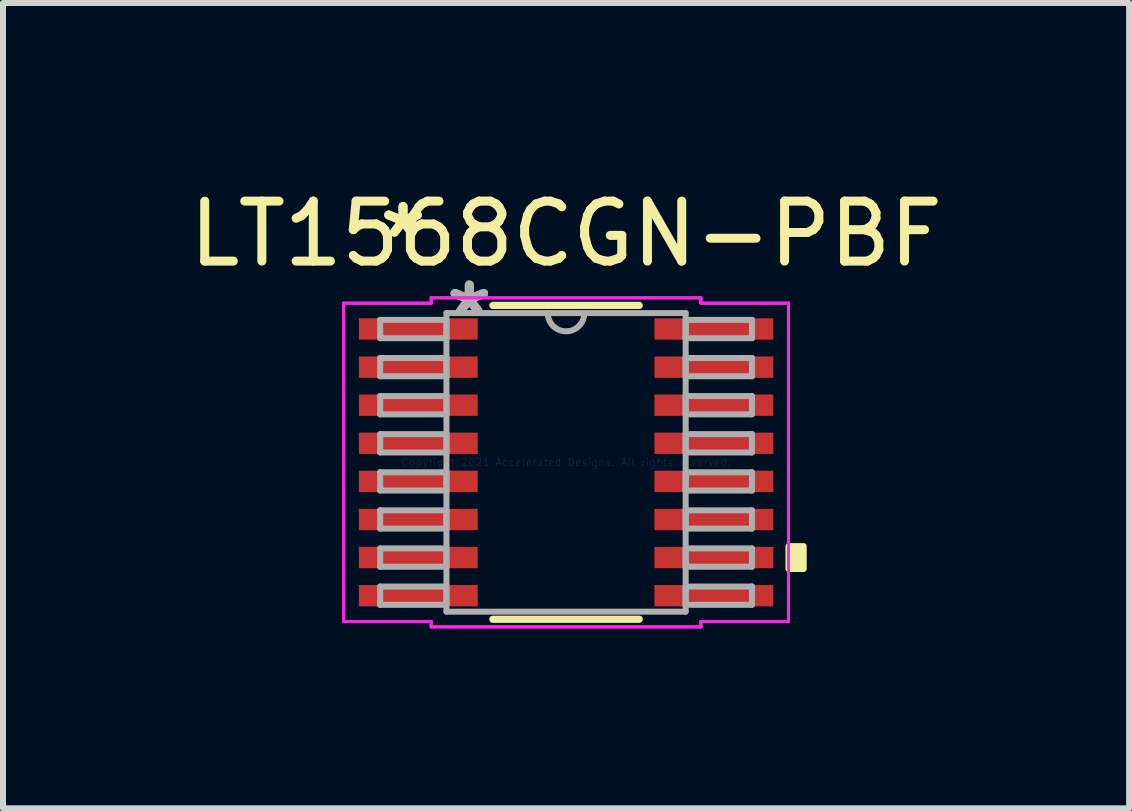
<source format=kicad_pcb>
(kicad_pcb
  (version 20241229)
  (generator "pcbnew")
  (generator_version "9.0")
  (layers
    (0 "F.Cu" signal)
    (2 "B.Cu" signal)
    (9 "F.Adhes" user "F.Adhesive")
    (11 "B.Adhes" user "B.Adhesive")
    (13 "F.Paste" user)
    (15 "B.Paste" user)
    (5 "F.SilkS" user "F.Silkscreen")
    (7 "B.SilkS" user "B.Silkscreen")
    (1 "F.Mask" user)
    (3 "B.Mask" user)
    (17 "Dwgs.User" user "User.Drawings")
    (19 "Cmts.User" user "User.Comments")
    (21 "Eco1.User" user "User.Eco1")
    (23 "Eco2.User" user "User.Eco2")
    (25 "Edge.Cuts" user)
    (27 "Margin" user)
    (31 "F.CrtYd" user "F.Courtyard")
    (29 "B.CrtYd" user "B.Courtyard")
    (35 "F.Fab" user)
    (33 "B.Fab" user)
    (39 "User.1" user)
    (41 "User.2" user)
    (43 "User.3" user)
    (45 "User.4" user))
  (footprint "LT1568CGN-PBF"
    (layer "F.Cu")
    (at 6.387 4.658)
    (property "Reference" "LT1568CGN-PBF" (at 0 -3.81 0) (layer "F.SilkS") (effects (font (size 1 1) (thickness 0.15))))
    (attr through_hole)
    (fp_line (start -1.22 2.616) (end 1.22 2.616) (stroke (width 0.12) (type solid)) (layer "F.SilkS"))
    (fp_line (start 1.22 -2.616) (end -1.22 -2.616) (stroke (width 0.12) (type solid)) (layer "F.SilkS"))
    (fp_poly (pts (xy 3.962 1.397) (xy 3.962 1.778) (xy 3.708 1.778) (xy 3.708 1.397)) (stroke (width 0.1) (type solid)) (fill yes) (layer "F.SilkS"))
    (fp_line (start -3.708 -2.654) (end -2.248 -2.654) (stroke (width 0.05) (type solid)) (layer "F.CrtYd"))
    (fp_line (start -3.708 -2.654) (end -2.248 -2.654) (stroke (width 0.05) (type solid)) (layer "F.CrtYd"))
    (fp_line (start -3.708 2.654) (end -3.708 -2.654) (stroke (width 0.05) (type solid)) (layer "F.CrtYd"))
    (fp_line (start -3.708 2.654) (end -3.708 -2.654) (stroke (width 0.05) (type solid)) (layer "F.CrtYd"))
    (fp_line (start -3.708 2.654) (end -2.248 2.654) (stroke (width 0.05) (type solid)) (layer "F.CrtYd"))
    (fp_line (start -2.248 -2.743) (end 2.248 -2.743) (stroke (width 0.05) (type solid)) (layer "F.CrtYd"))
    (fp_line (start -2.248 -2.743) (end 2.248 -2.743) (stroke (width 0.05) (type solid)) (layer "F.CrtYd"))
    (fp_line (start -2.248 -2.654) (end -2.248 -2.743) (stroke (width 0.05) (type solid)) (layer "F.CrtYd"))
    (fp_line (start -2.248 -2.654) (end -2.248 -2.743) (stroke (width 0.05) (type solid)) (layer "F.CrtYd"))
    (fp_line (start -2.248 2.654) (end -3.708 2.654) (stroke (width 0.05) (type solid)) (layer "F.CrtYd"))
    (fp_line (start -2.248 2.743) (end -2.248 2.654) (stroke (width 0.05) (type solid)) (layer "F.CrtYd"))
    (fp_line (start -2.248 2.743) (end -2.248 2.654) (stroke (width 0.05) (type solid)) (layer "F.CrtYd"))
    (fp_line (start 2.248 -2.743) (end 2.248 -2.654) (stroke (width 0.05) (type solid)) (layer "F.CrtYd"))
    (fp_line (start 2.248 -2.743) (end 2.248 -2.654) (stroke (width 0.05) (type solid)) (layer "F.CrtYd"))
    (fp_line (start 2.248 -2.654) (end 3.708 -2.654) (stroke (width 0.05) (type solid)) (layer "F.CrtYd"))
    (fp_line (start 2.248 2.654) (end 2.248 2.743) (stroke (width 0.05) (type solid)) (layer "F.CrtYd"))
    (fp_line (start 2.248 2.654) (end 2.248 2.743) (stroke (width 0.05) (type solid)) (layer "F.CrtYd"))
    (fp_line (start 2.248 2.743) (end -2.248 2.743) (stroke (width 0.05) (type solid)) (layer "F.CrtYd"))
    (fp_line (start 2.248 2.743) (end -2.248 2.743) (stroke (width 0.05) (type solid)) (layer "F.CrtYd"))
    (fp_line (start 3.708 -2.654) (end 2.248 -2.654) (stroke (width 0.05) (type solid)) (layer "F.CrtYd"))
    (fp_line (start 3.708 -2.654) (end 3.708 2.654) (stroke (width 0.05) (type solid)) (layer "F.CrtYd"))
    (fp_line (start 3.708 -2.654) (end 3.708 2.654) (stroke (width 0.05) (type solid)) (layer "F.CrtYd"))
    (fp_line (start 3.708 2.654) (end 2.248 2.654) (stroke (width 0.05) (type solid)) (layer "F.CrtYd"))
    (fp_line (start 3.708 2.654) (end 2.248 2.654) (stroke (width 0.05) (type solid)) (layer "F.CrtYd"))
    (fp_line (start -3.099 -2.375) (end -3.099 -2.07) (stroke (width 0.1) (type solid)) (layer "F.Fab"))
    (fp_line (start -3.099 -2.07) (end -1.994 -2.07) (stroke (width 0.1) (type solid)) (layer "F.Fab"))
    (fp_line (start -3.099 -1.74) (end -3.099 -1.435) (stroke (width 0.1) (type solid)) (layer "F.Fab"))
    (fp_line (start -3.099 -1.435) (end -1.994 -1.435) (stroke (width 0.1) (type solid)) (layer "F.Fab"))
    (fp_line (start -3.099 -1.105) (end -3.099 -0.8) (stroke (width 0.1) (type solid)) (layer "F.Fab"))
    (fp_line (start -3.099 -0.8) (end -1.994 -0.8) (stroke (width 0.1) (type solid)) (layer "F.Fab"))
    (fp_line (start -3.099 -0.47) (end -3.099 -0.165) (stroke (width 0.1) (type solid)) (layer "F.Fab"))
    (fp_line (start -3.099 -0.165) (end -1.994 -0.165) (stroke (width 0.1) (type solid)) (layer "F.Fab"))
    (fp_line (start -3.099 0.165) (end -3.099 0.47) (stroke (width 0.1) (type solid)) (layer "F.Fab"))
    (fp_line (start -3.099 0.47) (end -1.994 0.47) (stroke (width 0.1) (type solid)) (layer "F.Fab"))
    (fp_line (start -3.099 0.8) (end -3.099 1.105) (stroke (width 0.1) (type solid)) (layer "F.Fab"))
    (fp_line (start -3.099 1.105) (end -1.994 1.105) (stroke (width 0.1) (type solid)) (layer "F.Fab"))
    (fp_line (start -3.099 1.435) (end -3.099 1.74) (stroke (width 0.1) (type solid)) (layer "F.Fab"))
    (fp_line (start -3.099 1.74) (end -1.994 1.74) (stroke (width 0.1) (type solid)) (layer "F.Fab"))
    (fp_line (start -3.099 2.07) (end -3.099 2.375) (stroke (width 0.1) (type solid)) (layer "F.Fab"))
    (fp_line (start -3.099 2.375) (end -1.994 2.375) (stroke (width 0.1) (type solid)) (layer "F.Fab"))
    (fp_line (start -1.994 -2.489) (end -1.994 2.489) (stroke (width 0.1) (type solid)) (layer "F.Fab"))
    (fp_line (start -1.994 -2.375) (end -3.099 -2.375) (stroke (width 0.1) (type solid)) (layer "F.Fab"))
    (fp_line (start -1.994 -2.07) (end -1.994 -2.375) (stroke (width 0.1) (type solid)) (layer "F.Fab"))
    (fp_line (start -1.994 -1.74) (end -3.099 -1.74) (stroke (width 0.1) (type solid)) (layer "F.Fab"))
    (fp_line (start -1.994 -1.435) (end -1.994 -1.74) (stroke (width 0.1) (type solid)) (layer "F.Fab"))
    (fp_line (start -1.994 -1.105) (end -3.099 -1.105) (stroke (width 0.1) (type solid)) (layer "F.Fab"))
    (fp_line (start -1.994 -0.8) (end -1.994 -1.105) (stroke (width 0.1) (type solid)) (layer "F.Fab"))
    (fp_line (start -1.994 -0.47) (end -3.099 -0.47) (stroke (width 0.1) (type solid)) (layer "F.Fab"))
    (fp_line (start -1.994 -0.165) (end -1.994 -0.47) (stroke (width 0.1) (type solid)) (layer "F.Fab"))
    (fp_line (start -1.994 0.165) (end -3.099 0.165) (stroke (width 0.1) (type solid)) (layer "F.Fab"))
    (fp_line (start -1.994 0.47) (end -1.994 0.165) (stroke (width 0.1) (type solid)) (layer "F.Fab"))
    (fp_line (start -1.994 0.8) (end -3.099 0.8) (stroke (width 0.1) (type solid)) (layer "F.Fab"))
    (fp_line (start -1.994 1.105) (end -1.994 0.8) (stroke (width 0.1) (type solid)) (layer "F.Fab"))
    (fp_line (start -1.994 1.435) (end -3.099 1.435) (stroke (width 0.1) (type solid)) (layer "F.Fab"))
    (fp_line (start -1.994 1.74) (end -1.994 1.435) (stroke (width 0.1) (type solid)) (layer "F.Fab"))
    (fp_line (start -1.994 2.07) (end -3.099 2.07) (stroke (width 0.1) (type solid)) (layer "F.Fab"))
    (fp_line (start -1.994 2.375) (end -1.994 2.07) (stroke (width 0.1) (type solid)) (layer "F.Fab"))
    (fp_line (start -1.994 2.489) (end 1.994 2.489) (stroke (width 0.1) (type solid)) (layer "F.Fab"))
    (fp_line (start 1.994 -2.489) (end -1.994 -2.489) (stroke (width 0.1) (type solid)) (layer "F.Fab"))
    (fp_line (start 1.994 -2.375) (end 1.994 -2.07) (stroke (width 0.1) (type solid)) (layer "F.Fab"))
    (fp_line (start 1.994 -2.07) (end 3.099 -2.07) (stroke (width 0.1) (type solid)) (layer "F.Fab"))
    (fp_line (start 1.994 -1.74) (end 1.994 -1.435) (stroke (width 0.1) (type solid)) (layer "F.Fab"))
    (fp_line (start 1.994 -1.435) (end 3.099 -1.435) (stroke (width 0.1) (type solid)) (layer "F.Fab"))
    (fp_line (start 1.994 -1.105) (end 1.994 -0.8) (stroke (width 0.1) (type solid)) (layer "F.Fab"))
    (fp_line (start 1.994 -0.8) (end 3.099 -0.8) (stroke (width 0.1) (type solid)) (layer "F.Fab"))
    (fp_line (start 1.994 -0.47) (end 1.994 -0.165) (stroke (width 0.1) (type solid)) (layer "F.Fab"))
    (fp_line (start 1.994 -0.165) (end 3.099 -0.165) (stroke (width 0.1) (type solid)) (layer "F.Fab"))
    (fp_line (start 1.994 0.165) (end 1.994 0.47) (stroke (width 0.1) (type solid)) (layer "F.Fab"))
    (fp_line (start 1.994 0.47) (end 3.099 0.47) (stroke (width 0.1) (type solid)) (layer "F.Fab"))
    (fp_line (start 1.994 0.8) (end 1.994 1.105) (stroke (width 0.1) (type solid)) (layer "F.Fab"))
    (fp_line (start 1.994 1.105) (end 3.099 1.105) (stroke (width 0.1) (type solid)) (layer "F.Fab"))
    (fp_line (start 1.994 1.435) (end 1.994 1.74) (stroke (width 0.1) (type solid)) (layer "F.Fab"))
    (fp_line (start 1.994 1.74) (end 3.099 1.74) (stroke (width 0.1) (type solid)) (layer "F.Fab"))
    (fp_line (start 1.994 2.07) (end 1.994 2.375) (stroke (width 0.1) (type solid)) (layer "F.Fab"))
    (fp_line (start 1.994 2.375) (end 3.099 2.375) (stroke (width 0.1) (type solid)) (layer "F.Fab"))
    (fp_line (start 1.994 2.489) (end 1.994 -2.489) (stroke (width 0.1) (type solid)) (layer "F.Fab"))
    (fp_line (start 3.099 -2.375) (end 1.994 -2.375) (stroke (width 0.1) (type solid)) (layer "F.Fab"))
    (fp_line (start 3.099 -2.07) (end 3.099 -2.375) (stroke (width 0.1) (type solid)) (layer "F.Fab"))
    (fp_line (start 3.099 -1.74) (end 1.994 -1.74) (stroke (width 0.1) (type solid)) (layer "F.Fab"))
    (fp_line (start 3.099 -1.435) (end 3.099 -1.74) (stroke (width 0.1) (type solid)) (layer "F.Fab"))
    (fp_line (start 3.099 -1.105) (end 1.994 -1.105) (stroke (width 0.1) (type solid)) (layer "F.Fab"))
    (fp_line (start 3.099 -0.8) (end 3.099 -1.105) (stroke (width 0.1) (type solid)) (layer "F.Fab"))
    (fp_line (start 3.099 -0.47) (end 1.994 -0.47) (stroke (width 0.1) (type solid)) (layer "F.Fab"))
    (fp_line (start 3.099 -0.165) (end 3.099 -0.47) (stroke (width 0.1) (type solid)) (layer "F.Fab"))
    (fp_line (start 3.099 0.165) (end 1.994 0.165) (stroke (width 0.1) (type solid)) (layer "F.Fab"))
    (fp_line (start 3.099 0.47) (end 3.099 0.165) (stroke (width 0.1) (type solid)) (layer "F.Fab"))
    (fp_line (start 3.099 0.8) (end 1.994 0.8) (stroke (width 0.1) (type solid)) (layer "F.Fab"))
    (fp_line (start 3.099 1.105) (end 3.099 0.8) (stroke (width 0.1) (type solid)) (layer "F.Fab"))
    (fp_line (start 3.099 1.435) (end 1.994 1.435) (stroke (width 0.1) (type solid)) (layer "F.Fab"))
    (fp_line (start 3.099 1.74) (end 3.099 1.435) (stroke (width 0.1) (type solid)) (layer "F.Fab"))
    (fp_line (start 3.099 2.07) (end 1.994 2.07) (stroke (width 0.1) (type solid)) (layer "F.Fab"))
    (fp_line (start 3.099 2.375) (end 3.099 2.07) (stroke (width 0.1) (type solid)) (layer "F.Fab"))
    (fp_arc (start 0.3048 -2.4892) (mid 0 -2.1844) (end -0.3048 -2.4892) (stroke (width 0.1) (type solid)) (layer "F.Fab"))
    (fp_text user "*" (at -2.718 -3.721 0) (layer "F.SilkS") (effects (font (size 1 1) (thickness 0.15))))
    (fp_text user "*" (at -2.718 -3.721 0) (layer "F.SilkS") (effects (font (size 1 1) (thickness 0.15))))
    (fp_text user "Copyright 2021 Accelerated Designs. All rights reserved." (at 0 0 0) (layer "Cmts.User") (effects (font (size 0.127 0.127) (thickness 0.002))))
    (fp_text user "*" (at -1.613 -2.413 0) (layer "F.Fab") (effects (font (size 1 1) (thickness 0.15))))
    (fp_text user "*" (at -1.613 -2.413 0) (layer "F.Fab") (effects (font (size 1 1) (thickness 0.15))))
    (pad "1" smd rect (at -2.464 -2.223) (size 1.981 0.356) (layers "F.Cu" "F.Mask" "F.Paste"))
    (pad "2" smd rect (at -2.464 -1.587) (size 1.981 0.356) (layers "F.Cu" "F.Mask" "F.Paste"))
    (pad "3" smd rect (at -2.464 -0.953) (size 1.981 0.356) (layers "F.Cu" "F.Mask" "F.Paste"))
    (pad "4" smd rect (at -2.464 -0.318) (size 1.981 0.356) (layers "F.Cu" "F.Mask" "F.Paste"))
    (pad "5" smd rect (at -2.464 0.318) (size 1.981 0.356) (layers "F.Cu" "F.Mask" "F.Paste"))
    (pad "6" smd rect (at -2.464 0.953) (size 1.981 0.356) (layers "F.Cu" "F.Mask" "F.Paste"))
    (pad "7" smd rect (at -2.464 1.587) (size 1.981 0.356) (layers "F.Cu" "F.Mask" "F.Paste"))
    (pad "8" smd rect (at -2.464 2.223) (size 1.981 0.356) (layers "F.Cu" "F.Mask" "F.Paste"))
    (pad "9" smd rect (at 2.464 2.223) (size 1.981 0.356) (layers "F.Cu" "F.Mask" "F.Paste"))
    (pad "10" smd rect (at 2.464 1.587) (size 1.981 0.356) (layers "F.Cu" "F.Mask" "F.Paste"))
    (pad "11" smd rect (at 2.464 0.953) (size 1.981 0.356) (layers "F.Cu" "F.Mask" "F.Paste"))
    (pad "12" smd rect (at 2.464 0.318) (size 1.981 0.356) (layers "F.Cu" "F.Mask" "F.Paste"))
    (pad "13" smd rect (at 2.464 -0.318) (size 1.981 0.356) (layers "F.Cu" "F.Mask" "F.Paste"))
    (pad "14" smd rect (at 2.464 -0.953) (size 1.981 0.356) (layers "F.Cu" "F.Mask" "F.Paste"))
    (pad "15" smd rect (at 2.464 -1.587) (size 1.981 0.356) (layers "F.Cu" "F.Mask" "F.Paste"))
    (pad "16" smd rect (at 2.464 -2.223) (size 1.981 0.356) (layers "F.Cu" "F.Mask" "F.Paste")))
  (gr_rect
    (start -3 -3)
    (end 15.774 10.426)
    (stroke (width 0.1) (type default))
    (fill no)
    (layer "Edge.Cuts")))
</source>
